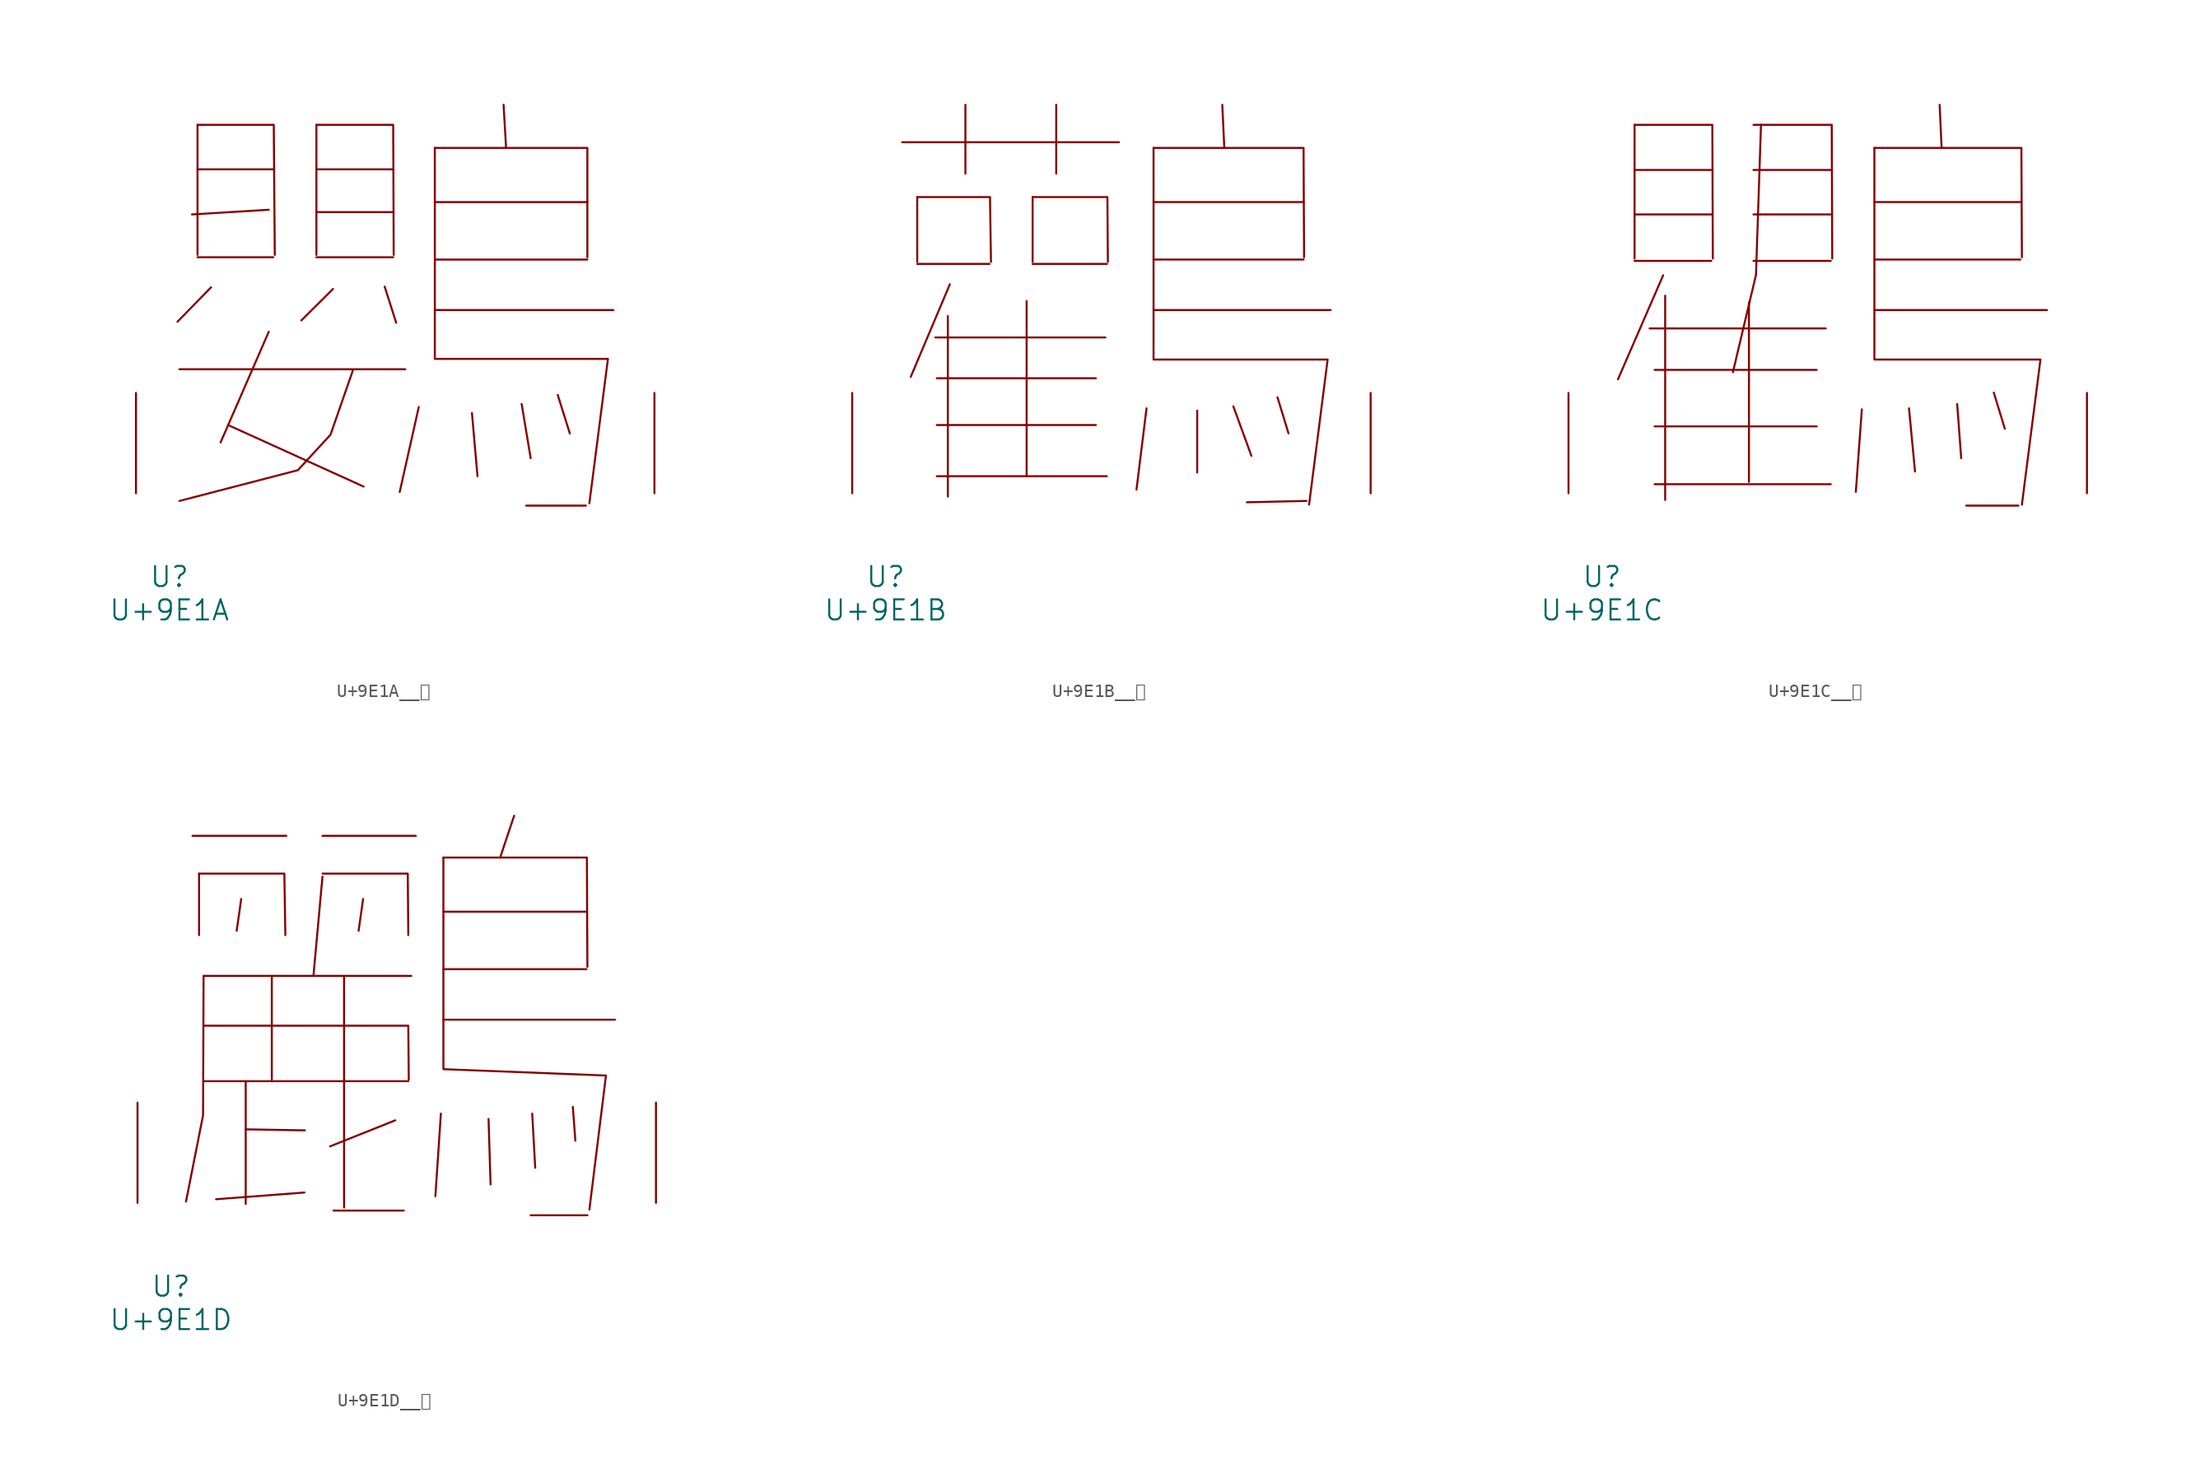
<source format=kicad_sym>
(kicad_symbol_lib
  (version 20231120)
  (generator "kicad_symbol_editor")
  (generator_version "8.0")
  (symbol "U+9E1A__鸚"
    (pin_names
      (offset 1.016))
    (property "Reference" "U"
      (at 0 -6.35 0)
      (effects (font (size 1.524 1.524))))
    (property "Value" "U+9E1A"
      (at 0 -8.89 0)
      (effects (font (size 1.524 1.524))))
    (symbol "U+9E1A__鸚_0_1"
      (polyline (pts (xy 0.762 9.423) (xy 17.907 9.423)) (stroke (width 0) (type solid)) (fill (type none)))
      (polyline (pts (xy 2.134 17.932) (xy 7.887 17.932)) (stroke (width 0) (type solid)) (fill (type none)))
      (polyline (pts (xy 2.134 24.613) (xy 7.887 24.613)) (stroke (width 0) (type solid)) (fill (type none)))
      (polyline (pts (xy 2.134 27.991) (xy 2.134 18.11)) (stroke (width 0) (type solid)) (fill (type none)))
      (polyline (pts (xy 3.162 15.646) (xy 0.61 13.03)) (stroke (width 0) (type solid)) (fill (type none)))
      (polyline (pts (xy 4.458 5.182) (xy 14.745 0.508)) (stroke (width 0) (type solid)) (fill (type none)))
      (polyline (pts (xy 7.544 12.268) (xy 3.886 3.861)) (stroke (width 0) (type solid)) (fill (type none)))
      (polyline (pts (xy 7.544 21.539) (xy 1.714 21.184)) (stroke (width 0) (type solid)) (fill (type none)))
      (polyline (pts (xy 11.163 17.932) (xy 16.993 17.932)) (stroke (width 0) (type solid)) (fill (type none)))
      (polyline (pts (xy 11.163 21.361) (xy 16.993 21.361)) (stroke (width 0) (type solid)) (fill (type none)))
      (polyline (pts (xy 11.163 24.613) (xy 16.993 24.613)) (stroke (width 0) (type solid)) (fill (type none)))
      (polyline (pts (xy 11.163 27.991) (xy 11.163 18.11)) (stroke (width 0) (type solid)) (fill (type none)))
      (polyline (pts (xy 12.421 15.519) (xy 10.02 13.132)) (stroke (width 0) (type solid)) (fill (type none)))
      (polyline (pts (xy 16.345 15.697) (xy 17.221 12.954)) (stroke (width 0) (type solid)) (fill (type none)))
      (polyline (pts (xy 18.936 6.553) (xy 17.488 0.102)) (stroke (width 0) (type solid)) (fill (type none)))
      (polyline (pts (xy 20.155 13.919) (xy 33.718 13.919)) (stroke (width 0) (type solid)) (fill (type none)))
      (polyline (pts (xy 20.155 17.755) (xy 31.737 17.755)) (stroke (width 0) (type solid)) (fill (type none)))
      (polyline (pts (xy 20.155 22.123) (xy 31.737 22.123)) (stroke (width 0) (type solid)) (fill (type none)))
      (polyline (pts (xy 22.974 6.096) (xy 23.393 1.295)) (stroke (width 0) (type solid)) (fill (type none)))
      (polyline (pts (xy 25.375 29.515) (xy 25.565 26.238)) (stroke (width 0) (type solid)) (fill (type none)))
      (polyline (pts (xy 26.746 6.782) (xy 27.432 2.667)) (stroke (width 0) (type solid)) (fill (type none)))
      (polyline (pts (xy 27.089 -0.94) (xy 31.623 -0.94)) (stroke (width 0) (type solid)) (fill (type none)))
      (polyline (pts (xy 29.489 7.468) (xy 30.404 4.547)) (stroke (width 0) (type solid)) (fill (type none)))
      (polyline (pts (xy 2.134 27.991) (xy 7.925 27.991) (xy 8.001 18.11)) (stroke (width 0) (type solid)) (fill (type none)))
      (polyline (pts (xy 11.163 27.991) (xy 16.993 27.991) (xy 17.031 18.11)) (stroke (width 0) (type solid)) (fill (type none)))
      (polyline (pts (xy 20.155 26.238) (xy 31.737 26.238) (xy 31.737 17.932)) (stroke (width 0) (type solid)) (fill (type none)))
      (polyline (pts (xy 13.945 9.373) (xy 12.23 4.445) (xy 9.754 1.753) (xy 0.762 -0.584)) (stroke (width 0) (type solid)) (fill (type none)))
      (polyline (pts (xy 20.155 26.238) (xy 20.155 10.211) (xy 33.299 10.211) (xy 31.89 -0.762)) (stroke (width 0) (type solid)) (fill (type none)))
      (pin input line (at -2.54 0 90) (length 7.62) (name "~" (effects (font (size 1.27 1.27)))) (number "~" (effects (font (size 1.27 1.27)))))
      (pin input line (at 36.83 0 90) (length 7.62) (name "~" (effects (font (size 1.27 1.27)))) (number "~" (effects (font (size 1.27 1.27)))))))
  (symbol "U+9E1B__鸛"
    (pin_names
      (offset 1.016))
    (property "Reference" "U"
      (at 0 -6.35 0)
      (effects (font (size 1.524 1.524))))
    (property "Value" "U+9E1B"
      (at 0 -8.89 0)
      (effects (font (size 1.524 1.524))))
    (symbol "U+9E1B__鸛_0_1"
      (polyline (pts (xy 1.257 26.67) (xy 17.716 26.67)) (stroke (width 0) (type solid)) (fill (type none)))
      (polyline (pts (xy 2.4 17.424) (xy 7.887 17.424)) (stroke (width 0) (type solid)) (fill (type none)))
      (polyline (pts (xy 2.4 22.504) (xy 2.4 17.577)) (stroke (width 0) (type solid)) (fill (type none)))
      (polyline (pts (xy 3.772 11.836) (xy 16.688 11.836)) (stroke (width 0) (type solid)) (fill (type none)))
      (polyline (pts (xy 3.886 1.295) (xy 16.802 1.295)) (stroke (width 0) (type solid)) (fill (type none)))
      (polyline (pts (xy 3.886 5.182) (xy 15.964 5.182)) (stroke (width 0) (type solid)) (fill (type none)))
      (polyline (pts (xy 3.886 8.738) (xy 15.964 8.738)) (stroke (width 0) (type solid)) (fill (type none)))
      (polyline (pts (xy 4.724 13.462) (xy 4.724 -0.254)) (stroke (width 0) (type solid)) (fill (type none)))
      (polyline (pts (xy 4.877 15.875) (xy 1.905 8.839)) (stroke (width 0) (type solid)) (fill (type none)))
      (polyline (pts (xy 6.058 29.515) (xy 6.058 24.282)) (stroke (width 0) (type solid)) (fill (type none)))
      (polyline (pts (xy 10.706 14.605) (xy 10.706 1.397)) (stroke (width 0) (type solid)) (fill (type none)))
      (polyline (pts (xy 11.163 17.424) (xy 16.802 17.424)) (stroke (width 0) (type solid)) (fill (type none)))
      (polyline (pts (xy 11.163 22.504) (xy 11.163 17.577)) (stroke (width 0) (type solid)) (fill (type none)))
      (polyline (pts (xy 12.954 29.515) (xy 12.954 24.282)) (stroke (width 0) (type solid)) (fill (type none)))
      (polyline (pts (xy 19.812 6.452) (xy 19.05 0.279)) (stroke (width 0) (type solid)) (fill (type none)))
      (polyline (pts (xy 20.345 13.919) (xy 33.795 13.919)) (stroke (width 0) (type solid)) (fill (type none)))
      (polyline (pts (xy 20.345 17.755) (xy 31.737 17.755)) (stroke (width 0) (type solid)) (fill (type none)))
      (polyline (pts (xy 20.345 22.123) (xy 31.737 22.123)) (stroke (width 0) (type solid)) (fill (type none)))
      (polyline (pts (xy 23.66 6.274) (xy 23.66 1.575)) (stroke (width 0) (type solid)) (fill (type none)))
      (polyline (pts (xy 25.565 29.515) (xy 25.718 26.238)) (stroke (width 0) (type solid)) (fill (type none)))
      (polyline (pts (xy 26.403 6.604) (xy 27.775 2.845)) (stroke (width 0) (type solid)) (fill (type none)))
      (polyline (pts (xy 29.756 7.29) (xy 30.594 4.547)) (stroke (width 0) (type solid)) (fill (type none)))
      (polyline (pts (xy 31.966 -0.584) (xy 27.432 -0.686)) (stroke (width 0) (type solid)) (fill (type none)))
      (polyline (pts (xy 2.4 22.504) (xy 7.925 22.504) (xy 8.001 17.577)) (stroke (width 0) (type solid)) (fill (type none)))
      (polyline (pts (xy 11.163 22.504) (xy 16.84 22.504) (xy 16.878 17.577)) (stroke (width 0) (type solid)) (fill (type none)))
      (polyline (pts (xy 20.345 26.238) (xy 31.737 26.238) (xy 31.775 17.932)) (stroke (width 0) (type solid)) (fill (type none)))
      (polyline (pts (xy 20.345 26.238) (xy 20.345 10.16) (xy 33.566 10.16) (xy 32.156 -0.864)) (stroke (width 0) (type solid)) (fill (type none)))
      (pin input line (at -2.54 0 90) (length 7.62) (name "~" (effects (font (size 1.27 1.27)))) (number "~" (effects (font (size 1.27 1.27)))))
      (pin input line (at 36.83 0 90) (length 7.62) (name "~" (effects (font (size 1.27 1.27)))) (number "~" (effects (font (size 1.27 1.27)))))))
  (symbol "U+9E1C__鸜"
    (pin_names
      (offset 1.016))
    (property "Reference" "U"
      (at 0 -6.35 0)
      (effects (font (size 1.524 1.524))))
    (property "Value" "U+9E1C"
      (at 0 -8.89 0)
      (effects (font (size 1.524 1.524))))
    (symbol "U+9E1C__鸜_0_1"
      (polyline (pts (xy 2.477 17.653) (xy 8.306 17.653)) (stroke (width 0) (type solid)) (fill (type none)))
      (polyline (pts (xy 2.477 21.184) (xy 8.306 21.184)) (stroke (width 0) (type solid)) (fill (type none)))
      (polyline (pts (xy 2.477 24.562) (xy 8.306 24.562)) (stroke (width 0) (type solid)) (fill (type none)))
      (polyline (pts (xy 2.477 27.991) (xy 2.477 17.831)) (stroke (width 0) (type solid)) (fill (type none)))
      (polyline (pts (xy 3.619 12.522) (xy 16.993 12.522)) (stroke (width 0) (type solid)) (fill (type none)))
      (polyline (pts (xy 4 0.686) (xy 17.374 0.686)) (stroke (width 0) (type solid)) (fill (type none)))
      (polyline (pts (xy 4 5.08) (xy 16.307 5.08)) (stroke (width 0) (type solid)) (fill (type none)))
      (polyline (pts (xy 4 9.373) (xy 16.307 9.373)) (stroke (width 0) (type solid)) (fill (type none)))
      (polyline (pts (xy 4.648 16.561) (xy 1.219 8.661)) (stroke (width 0) (type solid)) (fill (type none)))
      (polyline (pts (xy 4.801 15.011) (xy 4.801 -0.508)) (stroke (width 0) (type solid)) (fill (type none)))
      (polyline (pts (xy 11.163 14.503) (xy 11.163 0.864)) (stroke (width 0) (type solid)) (fill (type none)))
      (polyline (pts (xy 11.506 17.653) (xy 17.374 17.653)) (stroke (width 0) (type solid)) (fill (type none)))
      (polyline (pts (xy 11.506 21.184) (xy 17.374 21.184)) (stroke (width 0) (type solid)) (fill (type none)))
      (polyline (pts (xy 11.506 24.562) (xy 17.374 24.562)) (stroke (width 0) (type solid)) (fill (type none)))
      (polyline (pts (xy 19.736 6.375) (xy 19.279 0.102)) (stroke (width 0) (type solid)) (fill (type none)))
      (polyline (pts (xy 20.688 13.919) (xy 33.795 13.919)) (stroke (width 0) (type solid)) (fill (type none)))
      (polyline (pts (xy 20.688 17.755) (xy 31.775 17.755)) (stroke (width 0) (type solid)) (fill (type none)))
      (polyline (pts (xy 20.688 22.123) (xy 31.775 22.123)) (stroke (width 0) (type solid)) (fill (type none)))
      (polyline (pts (xy 23.317 6.452) (xy 23.774 1.651)) (stroke (width 0) (type solid)) (fill (type none)))
      (polyline (pts (xy 25.641 29.515) (xy 25.794 26.238)) (stroke (width 0) (type solid)) (fill (type none)))
      (polyline (pts (xy 26.975 6.782) (xy 27.28 2.667)) (stroke (width 0) (type solid)) (fill (type none)))
      (polyline (pts (xy 27.661 -0.94) (xy 31.623 -0.94)) (stroke (width 0) (type solid)) (fill (type none)))
      (polyline (pts (xy 29.756 7.645) (xy 30.594 4.902)) (stroke (width 0) (type solid)) (fill (type none)))
      (polyline (pts (xy 2.477 27.991) (xy 8.382 27.991) (xy 8.42 17.831)) (stroke (width 0) (type solid)) (fill (type none)))
      (polyline (pts (xy 11.506 27.991) (xy 17.45 27.991) (xy 17.488 17.831)) (stroke (width 0) (type solid)) (fill (type none)))
      (polyline (pts (xy 12.078 27.991) (xy 11.697 16.586) (xy 9.944 9.195)) (stroke (width 0) (type solid)) (fill (type none)))
      (polyline (pts (xy 20.688 26.238) (xy 31.852 26.238) (xy 31.89 17.932)) (stroke (width 0) (type solid)) (fill (type none)))
      (polyline (pts (xy 20.688 26.238) (xy 20.688 10.16) (xy 33.299 10.16) (xy 31.89 -0.864)) (stroke (width 0) (type solid)) (fill (type none)))
      (pin input line (at -2.54 0 90) (length 7.62) (name "~" (effects (font (size 1.27 1.27)))) (number "~" (effects (font (size 1.27 1.27)))))
      (pin input line (at 36.83 0 90) (length 7.62) (name "~" (effects (font (size 1.27 1.27)))) (number "~" (effects (font (size 1.27 1.27)))))))
  (symbol "U+9E1D__鸝"
    (pin_names
      (offset 1.016))
    (property "Reference" "U"
      (at 0 -6.35 0)
      (effects (font (size 1.524 1.524))))
    (property "Value" "U+9E1D"
      (at 0 -8.89 0)
      (effects (font (size 1.524 1.524))))
    (symbol "U+9E1D__鸝_0_1"
      (polyline (pts (xy 1.638 27.889) (xy 8.763 27.889)) (stroke (width 0) (type solid)) (fill (type none)))
      (polyline (pts (xy 2.134 25.019) (xy 2.134 20.345)) (stroke (width 0) (type solid)) (fill (type none)))
      (polyline (pts (xy 2.477 9.246) (xy 18.021 9.246)) (stroke (width 0) (type solid)) (fill (type none)))
      (polyline (pts (xy 2.477 17.247) (xy 18.25 17.247)) (stroke (width 0) (type solid)) (fill (type none)))
      (polyline (pts (xy 5.334 23.089) (xy 4.991 20.676)) (stroke (width 0) (type solid)) (fill (type none)))
      (polyline (pts (xy 5.677 5.588) (xy 10.173 5.512)) (stroke (width 0) (type solid)) (fill (type none)))
      (polyline (pts (xy 5.677 9.246) (xy 5.677 -0.076)) (stroke (width 0) (type solid)) (fill (type none)))
      (polyline (pts (xy 7.658 17.247) (xy 7.658 9.373)) (stroke (width 0) (type solid)) (fill (type none)))
      (polyline (pts (xy 10.135 0.787) (xy 3.429 0.279)) (stroke (width 0) (type solid)) (fill (type none)))
      (polyline (pts (xy 11.506 24.79) (xy 10.82 17.247)) (stroke (width 0) (type solid)) (fill (type none)))
      (polyline (pts (xy 11.506 27.889) (xy 18.593 27.889)) (stroke (width 0) (type solid)) (fill (type none)))
      (polyline (pts (xy 12.344 -0.584) (xy 17.678 -0.584)) (stroke (width 0) (type solid)) (fill (type none)))
      (polyline (pts (xy 13.145 17.247) (xy 13.145 -0.356)) (stroke (width 0) (type solid)) (fill (type none)))
      (polyline (pts (xy 14.592 23.089) (xy 14.249 20.676)) (stroke (width 0) (type solid)) (fill (type none)))
      (polyline (pts (xy 17.031 6.274) (xy 12.078 4.293)) (stroke (width 0) (type solid)) (fill (type none)))
      (polyline (pts (xy 20.498 6.782) (xy 20.079 0.508)) (stroke (width 0) (type solid)) (fill (type none)))
      (polyline (pts (xy 20.688 13.919) (xy 33.718 13.919)) (stroke (width 0) (type solid)) (fill (type none)))
      (polyline (pts (xy 20.688 17.755) (xy 31.547 17.755)) (stroke (width 0) (type solid)) (fill (type none)))
      (polyline (pts (xy 20.688 22.123) (xy 31.547 22.123)) (stroke (width 0) (type solid)) (fill (type none)))
      (polyline (pts (xy 24.117 6.375) (xy 24.27 1.397)) (stroke (width 0) (type solid)) (fill (type none)))
      (polyline (pts (xy 26.06 29.413) (xy 25.032 26.34)) (stroke (width 0) (type solid)) (fill (type none)))
      (polyline (pts (xy 27.318 -0.94) (xy 31.623 -0.94)) (stroke (width 0) (type solid)) (fill (type none)))
      (polyline (pts (xy 27.432 6.782) (xy 27.661 2.667)) (stroke (width 0) (type solid)) (fill (type none)))
      (polyline (pts (xy 30.518 7.29) (xy 30.709 4.724)) (stroke (width 0) (type solid)) (fill (type none)))
      (polyline (pts (xy 2.134 25.019) (xy 8.611 25.019) (xy 8.687 20.345)) (stroke (width 0) (type solid)) (fill (type none)))
      (polyline (pts (xy 2.477 13.462) (xy 18.021 13.462) (xy 18.059 9.373)) (stroke (width 0) (type solid)) (fill (type none)))
      (polyline (pts (xy 2.477 17.247) (xy 2.438 6.655) (xy 1.143 0.102)) (stroke (width 0) (type solid)) (fill (type none)))
      (polyline (pts (xy 11.506 25.019) (xy 17.983 25.019) (xy 18.021 20.345)) (stroke (width 0) (type solid)) (fill (type none)))
      (polyline (pts (xy 20.688 26.238) (xy 31.585 26.238) (xy 31.623 17.932)) (stroke (width 0) (type solid)) (fill (type none)))
      (polyline (pts (xy 20.688 26.238) (xy 20.688 10.16) (xy 33.033 9.677) (xy 31.775 -0.508)) (stroke (width 0) (type solid)) (fill (type none)))
      (pin input line (at -2.54 0 90) (length 7.62) (name "~" (effects (font (size 1.27 1.27)))) (number "~" (effects (font (size 1.27 1.27)))))
      (pin input line (at 36.83 0 90) (length 7.62) (name "~" (effects (font (size 1.27 1.27)))) (number "~" (effects (font (size 1.27 1.27))))))))
</source>
